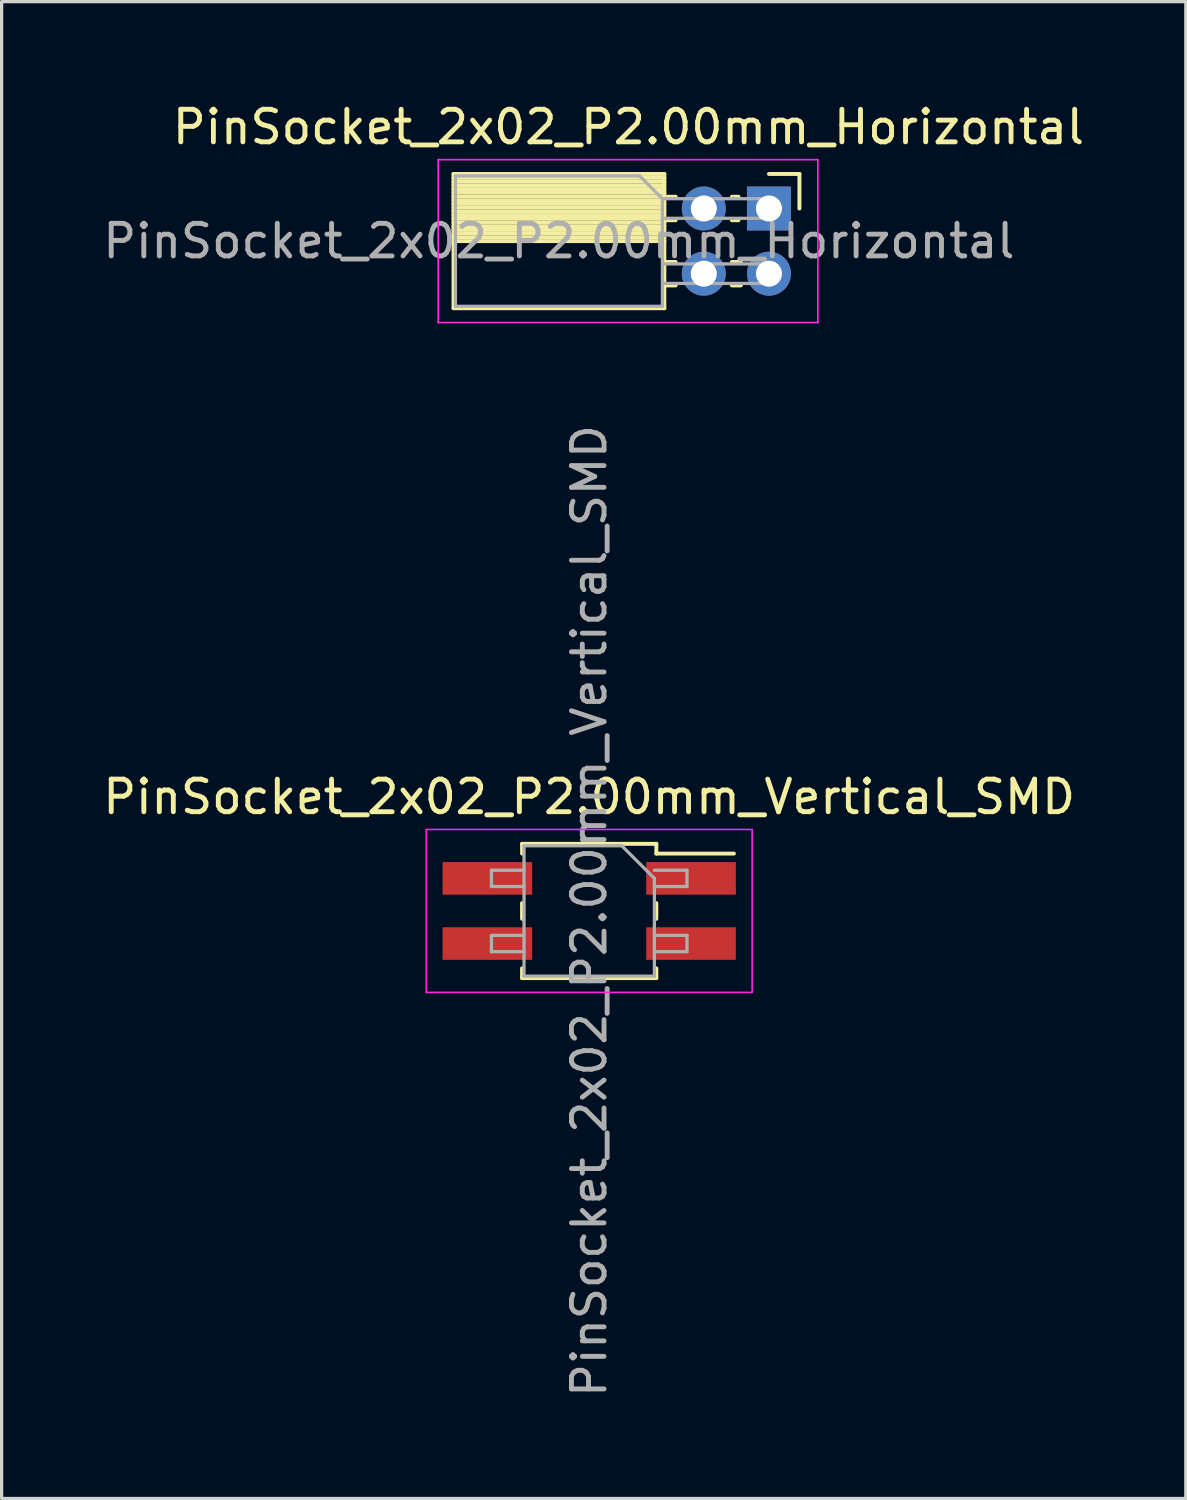
<source format=kicad_pcb>
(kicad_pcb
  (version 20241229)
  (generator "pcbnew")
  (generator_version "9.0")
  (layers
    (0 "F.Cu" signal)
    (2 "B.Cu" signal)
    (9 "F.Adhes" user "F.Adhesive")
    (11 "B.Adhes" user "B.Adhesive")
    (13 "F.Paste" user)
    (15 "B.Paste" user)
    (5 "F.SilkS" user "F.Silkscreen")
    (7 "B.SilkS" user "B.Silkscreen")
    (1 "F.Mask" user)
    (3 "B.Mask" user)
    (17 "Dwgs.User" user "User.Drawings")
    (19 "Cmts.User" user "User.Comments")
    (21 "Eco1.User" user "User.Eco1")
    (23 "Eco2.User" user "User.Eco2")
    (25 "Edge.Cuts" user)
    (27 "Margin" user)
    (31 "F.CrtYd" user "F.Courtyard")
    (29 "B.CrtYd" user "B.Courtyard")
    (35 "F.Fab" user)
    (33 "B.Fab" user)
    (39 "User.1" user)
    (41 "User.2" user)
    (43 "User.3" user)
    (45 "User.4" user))
  (footprint "PinSocket_2x02_P2.00mm_Vertical_SMD"
    (layer "F.Cu")
    (at 15.03 24.903)
    (property "Reference" "PinSocket_2x02_P2.00mm_Vertical_SMD" (at 0 -3.5 0) (layer "F.SilkS") (effects (font (size 1 1) (thickness 0.15))))
    (attr smd)
    (fp_line (start -2.06 -2.06) (end -2.06 -1.76) (stroke (width 0.12) (type solid)) (layer "F.SilkS"))
    (fp_line (start -2.06 -2.06) (end 2.06 -2.06) (stroke (width 0.12) (type solid)) (layer "F.SilkS"))
    (fp_line (start -2.06 -0.24) (end -2.06 0.24) (stroke (width 0.12) (type solid)) (layer "F.SilkS"))
    (fp_line (start -2.06 1.76) (end -2.06 2.06) (stroke (width 0.12) (type solid)) (layer "F.SilkS"))
    (fp_line (start -2.06 2.06) (end 2.06 2.06) (stroke (width 0.12) (type solid)) (layer "F.SilkS"))
    (fp_line (start 2.06 -2.06) (end 2.06 -1.76) (stroke (width 0.12) (type solid)) (layer "F.SilkS"))
    (fp_line (start 2.06 -1.76) (end 4.44 -1.76) (stroke (width 0.12) (type solid)) (layer "F.SilkS"))
    (fp_line (start 2.06 -0.24) (end 2.06 0.24) (stroke (width 0.12) (type solid)) (layer "F.SilkS"))
    (fp_line (start 2.06 1.76) (end 2.06 2.06) (stroke (width 0.12) (type solid)) (layer "F.SilkS"))
    (fp_line (start -5 -2.5) (end 5 -2.5) (stroke (width 0.05) (type solid)) (layer "F.CrtYd"))
    (fp_line (start -5 2.5) (end -5 -2.5) (stroke (width 0.05) (type solid)) (layer "F.CrtYd"))
    (fp_line (start 5 -2.5) (end 5 2.5) (stroke (width 0.05) (type solid)) (layer "F.CrtYd"))
    (fp_line (start 5 2.5) (end -5 2.5) (stroke (width 0.05) (type solid)) (layer "F.CrtYd"))
    (fp_line (start -3 -1.25) (end -2 -1.25) (stroke (width 0.1) (type solid)) (layer "F.Fab"))
    (fp_line (start -3 -0.75) (end -3 -1.25) (stroke (width 0.1) (type solid)) (layer "F.Fab"))
    (fp_line (start -3 0.75) (end -2 0.75) (stroke (width 0.1) (type solid)) (layer "F.Fab"))
    (fp_line (start -3 1.25) (end -3 0.75) (stroke (width 0.1) (type solid)) (layer "F.Fab"))
    (fp_line (start -2 -2) (end 1 -2) (stroke (width 0.1) (type solid)) (layer "F.Fab"))
    (fp_line (start -2 -0.75) (end -3 -0.75) (stroke (width 0.1) (type solid)) (layer "F.Fab"))
    (fp_line (start -2 1.25) (end -3 1.25) (stroke (width 0.1) (type solid)) (layer "F.Fab"))
    (fp_line (start -2 2) (end -2 -2) (stroke (width 0.1) (type solid)) (layer "F.Fab"))
    (fp_line (start 1 -2) (end 2 -1) (stroke (width 0.1) (type solid)) (layer "F.Fab"))
    (fp_line (start 2 -1.25) (end 3 -1.25) (stroke (width 0.1) (type solid)) (layer "F.Fab"))
    (fp_line (start 2 -1) (end 2 2) (stroke (width 0.1) (type solid)) (layer "F.Fab"))
    (fp_line (start 2 0.75) (end 3 0.75) (stroke (width 0.1) (type solid)) (layer "F.Fab"))
    (fp_line (start 2 2) (end -2 2) (stroke (width 0.1) (type solid)) (layer "F.Fab"))
    (fp_line (start 3 -1.25) (end 3 -0.75) (stroke (width 0.1) (type solid)) (layer "F.Fab"))
    (fp_line (start 3 -0.75) (end 2 -0.75) (stroke (width 0.1) (type solid)) (layer "F.Fab"))
    (fp_line (start 3 0.75) (end 3 1.25) (stroke (width 0.1) (type solid)) (layer "F.Fab"))
    (fp_line (start 3 1.25) (end 2 1.25) (stroke (width 0.1) (type solid)) (layer "F.Fab"))
    (fp_text user "${REFERENCE}" (at 0 0 90) (layer "F.Fab") (effects (font (size 1 1) (thickness 0.15))))
    (pad "1" smd rect (at 3.125 -1) (size 2.75 1) (layers "F.Cu" "F.Mask" "F.Paste"))
    (pad "2" smd rect (at -3.125 -1) (size 2.75 1) (layers "F.Cu" "F.Mask" "F.Paste"))
    (pad "3" smd rect (at 3.125 1) (size 2.75 1) (layers "F.Cu" "F.Mask" "F.Paste"))
    (pad "4" smd rect (at -3.125 1) (size 2.75 1) (layers "F.Cu" "F.Mask" "F.Paste")))
  (footprint "PinSocket_2x02_P2.00mm_Horizontal"
    (layer "F.Cu")
    (at 20.546 3.348)
    (property "Reference" "PinSocket_2x02_P2.00mm_Horizontal" (at -4.31 -2.5 0) (layer "F.SilkS") (effects (font (size 1 1) (thickness 0.15))))
    (attr through_hole)
    (fp_line (start -9.68 -1.06) (end -9.68 3.06) (stroke (width 0.12) (type solid)) (layer "F.SilkS"))
    (fp_line (start -9.68 -1.06) (end -3.21 -1.06) (stroke (width 0.12) (type solid)) (layer "F.SilkS"))
    (fp_line (start -9.68 -0.94) (end -3.21 -0.94) (stroke (width 0.12) (type solid)) (layer "F.SilkS"))
    (fp_line (start -9.68 -0.826) (end -3.21 -0.826) (stroke (width 0.12) (type solid)) (layer "F.SilkS"))
    (fp_line (start -9.68 -0.712) (end -3.21 -0.712) (stroke (width 0.12) (type solid)) (layer "F.SilkS"))
    (fp_line (start -9.68 -0.598) (end -3.21 -0.598) (stroke (width 0.12) (type solid)) (layer "F.SilkS"))
    (fp_line (start -9.68 -0.484) (end -3.21 -0.484) (stroke (width 0.12) (type solid)) (layer "F.SilkS"))
    (fp_line (start -9.68 -0.369) (end -3.21 -0.369) (stroke (width 0.12) (type solid)) (layer "F.SilkS"))
    (fp_line (start -9.68 -0.255) (end -3.21 -0.255) (stroke (width 0.12) (type solid)) (layer "F.SilkS"))
    (fp_line (start -9.68 -0.141) (end -3.21 -0.141) (stroke (width 0.12) (type solid)) (layer "F.SilkS"))
    (fp_line (start -9.68 -0.027) (end -3.21 -0.027) (stroke (width 0.12) (type solid)) (layer "F.SilkS"))
    (fp_line (start -9.68 0.087) (end -3.21 0.087) (stroke (width 0.12) (type solid)) (layer "F.SilkS"))
    (fp_line (start -9.68 0.201) (end -3.21 0.201) (stroke (width 0.12) (type solid)) (layer "F.SilkS"))
    (fp_line (start -9.68 0.315) (end -3.21 0.315) (stroke (width 0.12) (type solid)) (layer "F.SilkS"))
    (fp_line (start -9.68 0.429) (end -3.21 0.429) (stroke (width 0.12) (type solid)) (layer "F.SilkS"))
    (fp_line (start -9.68 0.544) (end -3.21 0.544) (stroke (width 0.12) (type solid)) (layer "F.SilkS"))
    (fp_line (start -9.68 0.658) (end -3.21 0.658) (stroke (width 0.12) (type solid)) (layer "F.SilkS"))
    (fp_line (start -9.68 0.772) (end -3.21 0.772) (stroke (width 0.12) (type solid)) (layer "F.SilkS"))
    (fp_line (start -9.68 0.886) (end -3.21 0.886) (stroke (width 0.12) (type solid)) (layer "F.SilkS"))
    (fp_line (start -9.68 1) (end -3.21 1) (stroke (width 0.12) (type solid)) (layer "F.SilkS"))
    (fp_line (start -9.68 3.06) (end -3.21 3.06) (stroke (width 0.12) (type solid)) (layer "F.SilkS"))
    (fp_line (start -3.21 -1.06) (end -3.21 3.06) (stroke (width 0.12) (type solid)) (layer "F.SilkS"))
    (fp_line (start -3.21 -0.36) (end -2.863 -0.36) (stroke (width 0.12) (type solid)) (layer "F.SilkS"))
    (fp_line (start -3.21 0.36) (end -2.863 0.36) (stroke (width 0.12) (type solid)) (layer "F.SilkS"))
    (fp_line (start -3.21 1.64) (end -2.863 1.64) (stroke (width 0.12) (type solid)) (layer "F.SilkS"))
    (fp_line (start -3.21 2.36) (end -2.863 2.36) (stroke (width 0.12) (type solid)) (layer "F.SilkS"))
    (fp_line (start -1.137 -0.36) (end -0.935 -0.36) (stroke (width 0.12) (type solid)) (layer "F.SilkS"))
    (fp_line (start -1.137 0.36) (end -0.935 0.36) (stroke (width 0.12) (type solid)) (layer "F.SilkS"))
    (fp_line (start -1.137 1.64) (end -0.863 1.64) (stroke (width 0.12) (type solid)) (layer "F.SilkS"))
    (fp_line (start -1.137 2.36) (end -0.863 2.36) (stroke (width 0.12) (type solid)) (layer "F.SilkS"))
    (fp_line (start 0 -1.06) (end 0.935 -1.06) (stroke (width 0.12) (type solid)) (layer "F.SilkS"))
    (fp_line (start 0.935 -1.06) (end 0.935 0) (stroke (width 0.12) (type solid)) (layer "F.SilkS"))
    (fp_line (start -10.15 -1.5) (end -10.15 3.5) (stroke (width 0.05) (type solid)) (layer "F.CrtYd"))
    (fp_line (start -10.15 3.5) (end 1.5 3.5) (stroke (width 0.05) (type solid)) (layer "F.CrtYd"))
    (fp_line (start 1.5 -1.5) (end -10.15 -1.5) (stroke (width 0.05) (type solid)) (layer "F.CrtYd"))
    (fp_line (start 1.5 3.5) (end 1.5 -1.5) (stroke (width 0.05) (type solid)) (layer "F.CrtYd"))
    (fp_line (start -9.62 -1) (end -3.97 -1) (stroke (width 0.1) (type solid)) (layer "F.Fab"))
    (fp_line (start -9.62 3) (end -9.62 -1) (stroke (width 0.1) (type solid)) (layer "F.Fab"))
    (fp_line (start -3.97 -1) (end -3.27 -0.3) (stroke (width 0.1) (type solid)) (layer "F.Fab"))
    (fp_line (start -3.27 -0.3) (end -3.27 3) (stroke (width 0.1) (type solid)) (layer "F.Fab"))
    (fp_line (start -3.27 0.3) (end 0 0.3) (stroke (width 0.1) (type solid)) (layer "F.Fab"))
    (fp_line (start -3.27 2.3) (end 0 2.3) (stroke (width 0.1) (type solid)) (layer "F.Fab"))
    (fp_line (start -3.27 3) (end -9.62 3) (stroke (width 0.1) (type solid)) (layer "F.Fab"))
    (fp_line (start 0 -0.3) (end -3.27 -0.3) (stroke (width 0.1) (type solid)) (layer "F.Fab"))
    (fp_line (start 0 0.3) (end 0 -0.3) (stroke (width 0.1) (type solid)) (layer "F.Fab"))
    (fp_line (start 0 1.7) (end -3.27 1.7) (stroke (width 0.1) (type solid)) (layer "F.Fab"))
    (fp_line (start 0 2.3) (end 0 1.7) (stroke (width 0.1) (type solid)) (layer "F.Fab"))
    (fp_text user "${REFERENCE}" (at -6.445 1 0) (layer "F.Fab") (effects (font (size 1 1) (thickness 0.15))))
    (pad "1" thru_hole rect (at 0 0) (size 1.35 1.35) (drill 0.8) (layers "*.Cu" "*.Mask"))
    (pad "2" thru_hole oval (at -2 0) (size 1.35 1.35) (drill 0.8) (layers "*.Cu" "*.Mask"))
    (pad "3" thru_hole oval (at 0 2) (size 1.35 1.35) (drill 0.8) (layers "*.Cu" "*.Mask"))
    (pad "4" thru_hole oval (at -2 2) (size 1.35 1.35) (drill 0.8) (layers "*.Cu" "*.Mask")))
  (gr_rect
    (start -3 -3)
    (end 33.337 42.933)
    (stroke (width 0.1) (type default))
    (fill no)
    (layer "Edge.Cuts")))
</source>
